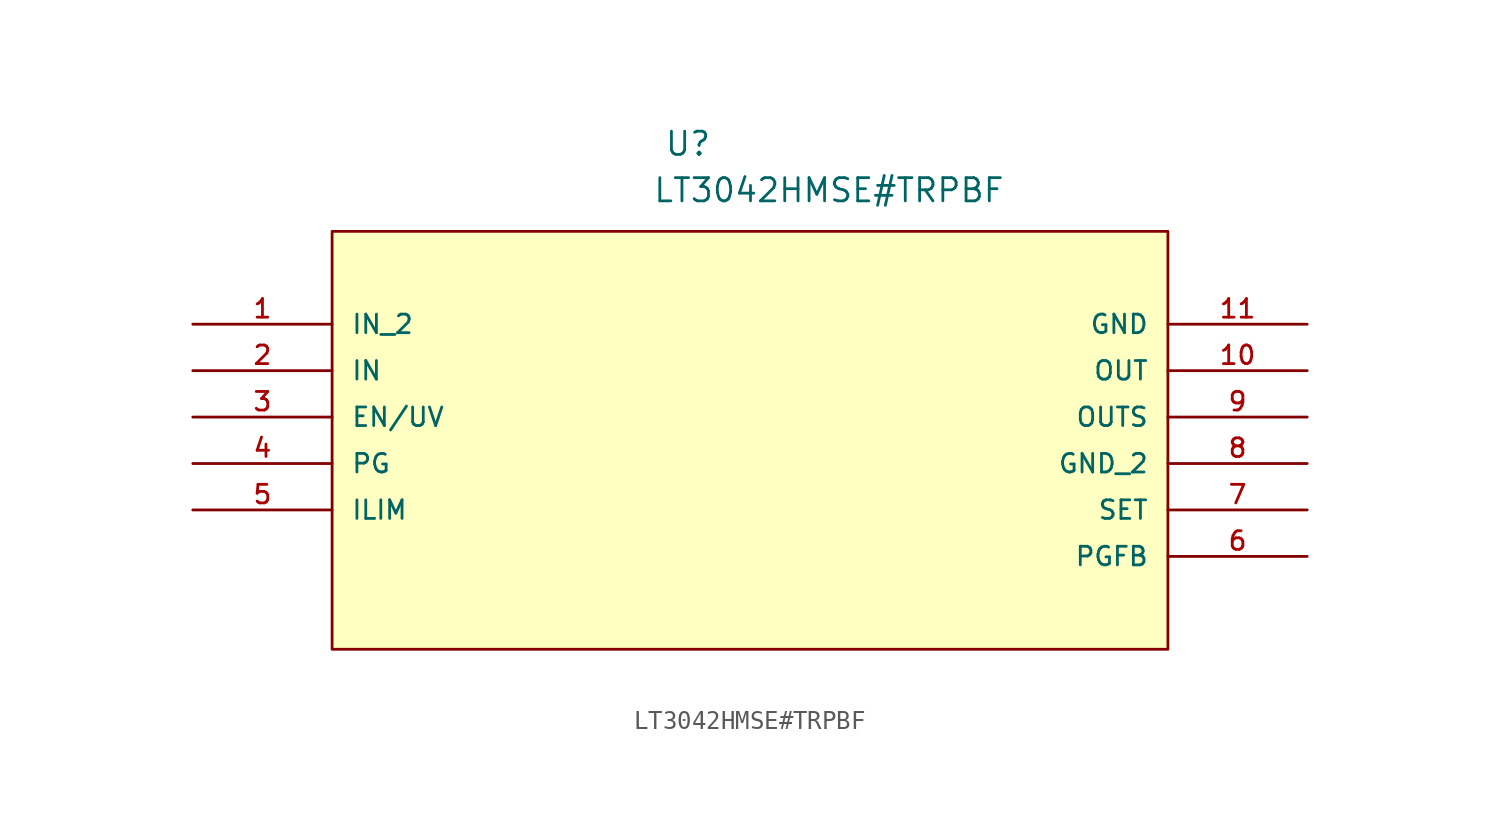
<source format=kicad_sym>
(kicad_symbol_lib
  (version 20211014)
  (generator kicad_symbol_editor)
  (symbol "LT3042HMSE#TRPBF"
    (pin_names
      (offset 1.016))
    (property "Reference" "U"
      (at 25.779 9.127 0.0)
      (effects (font (size 1.27 1.27)) (justify bottom left)))
    (property "Value" "LT3042HMSE#TRPBF"
      (at 25.145 6.585 0.0)
      (effects (font (size 1.27 1.27)) (justify bottom left)))
    (symbol "LT3042HMSE#TRPBF_0_0"
      (rectangle (start 7.62 -17.78) (end 53.34 5.08) (stroke (width 0.152)) (fill (type background)))
      (pin input line (at 0.0 0.0 0) (length 7.62) (name "IN_2" (effects (font (size 1.016 1.016)))) (number "1" (effects (font (size 1.016 1.016)))))
      (pin input line (at 0.0 -2.54 0) (length 7.62) (name "IN" (effects (font (size 1.016 1.016)))) (number "2" (effects (font (size 1.016 1.016)))))
      (pin output line (at 0.0 -5.08 0) (length 7.62) (name "EN/UV" (effects (font (size 1.016 1.016)))) (number "3" (effects (font (size 1.016 1.016)))))
      (pin power_in line (at 0.0 -7.62 0) (length 7.62) (name "PG" (effects (font (size 1.016 1.016)))) (number "4" (effects (font (size 1.016 1.016)))))
      (pin passive line (at 0.0 -10.16 0) (length 7.62) (name "ILIM" (effects (font (size 1.016 1.016)))) (number "5" (effects (font (size 1.016 1.016)))))
      (pin power_in line (at 60.96 -12.7 180.0) (length 7.62) (name "PGFB" (effects (font (size 1.016 1.016)))) (number "6" (effects (font (size 1.016 1.016)))))
      (pin input line (at 60.96 -10.16 180.0) (length 7.62) (name "SET" (effects (font (size 1.016 1.016)))) (number "7" (effects (font (size 1.016 1.016)))))
      (pin power_in line (at 60.96 -7.62 180.0) (length 7.62) (name "GND_2" (effects (font (size 1.016 1.016)))) (number "8" (effects (font (size 1.016 1.016)))))
      (pin output line (at 60.96 -5.08 180.0) (length 7.62) (name "OUTS" (effects (font (size 1.016 1.016)))) (number "9" (effects (font (size 1.016 1.016)))))
      (pin output line (at 60.96 -2.54 180.0) (length 7.62) (name "OUT" (effects (font (size 1.016 1.016)))) (number "10" (effects (font (size 1.016 1.016)))))
      (pin power_in line (at 60.96 0.0 180.0) (length 7.62) (name "GND" (effects (font (size 1.016 1.016)))) (number "11" (effects (font (size 1.016 1.016))))))))
</source>
